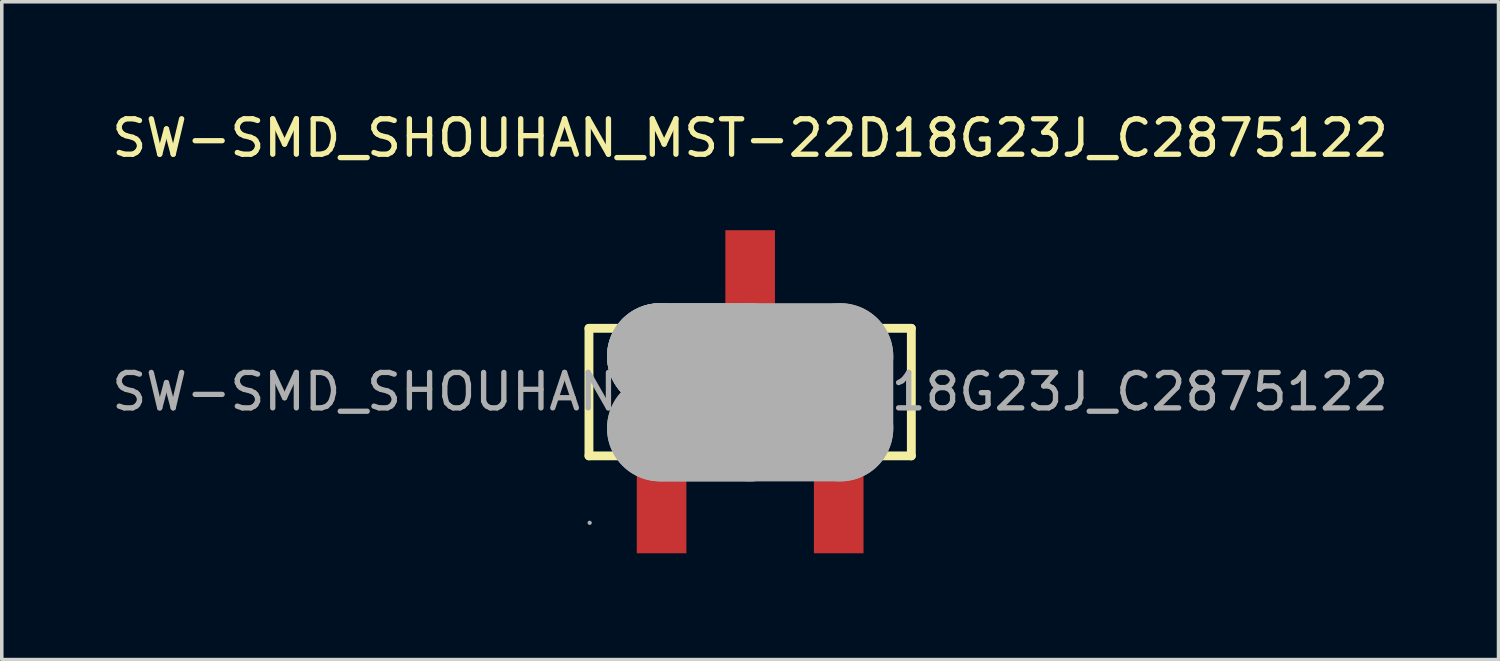
<source format=kicad_pcb>
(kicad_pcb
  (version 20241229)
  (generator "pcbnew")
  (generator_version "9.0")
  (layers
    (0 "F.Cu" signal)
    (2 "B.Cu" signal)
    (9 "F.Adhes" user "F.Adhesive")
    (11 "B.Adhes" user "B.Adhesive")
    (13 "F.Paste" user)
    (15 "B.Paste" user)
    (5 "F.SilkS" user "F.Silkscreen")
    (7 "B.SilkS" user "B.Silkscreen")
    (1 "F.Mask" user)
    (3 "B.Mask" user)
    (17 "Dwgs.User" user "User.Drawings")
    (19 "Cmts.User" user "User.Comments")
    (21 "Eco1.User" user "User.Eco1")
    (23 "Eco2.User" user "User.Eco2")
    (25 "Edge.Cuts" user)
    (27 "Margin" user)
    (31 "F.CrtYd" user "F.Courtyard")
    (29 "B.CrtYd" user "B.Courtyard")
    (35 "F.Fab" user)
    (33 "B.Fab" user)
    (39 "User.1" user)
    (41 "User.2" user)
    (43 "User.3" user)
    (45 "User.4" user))
  (footprint "SW-SMD_SHOUHAN_MST-22D18G23J_C2875122"
    (layer "F.Cu")
    (at 18.125 8.008)
    (property "Reference" "SW-SMD_SHOUHAN_MST-22D18G23J_C2875122" (at 0 -7.16 0) (layer "F.SilkS") (effects (font (size 1 1) (thickness 0.15))))
    (attr smd)
    (fp_line (start -4.55 -1.79) (end -4.55 1.81) (stroke (width 0.25) (type solid)) (layer "F.SilkS"))
    (fp_line (start -4.55 -1.79) (end 4.55 -1.79) (stroke (width 0.25) (type solid)) (layer "F.SilkS"))
    (fp_line (start -4.55 1.81) (end 4.55 1.81) (stroke (width 0.25) (type solid)) (layer "F.SilkS"))
    (fp_line (start 4.55 -1.79) (end 4.55 1.81) (stroke (width 0.25) (type solid)) (layer "F.SilkS"))
    (fp_line (start -2.54 -1) (end -2.54 -1) (stroke (width 3) (type solid)) (layer "F.Fab"))
    (fp_line (start -2.54 -1) (end -2.54 -1) (stroke (width 3) (type solid)) (layer "F.Fab"))
    (fp_line (start -2.54 -1) (end 0 -1) (stroke (width 3) (type solid)) (layer "F.Fab"))
    (fp_line (start -2.54 -1) (end 2.54 -1) (stroke (width 3) (type solid)) (layer "F.Fab"))
    (fp_line (start 0 -1) (end 0 1.03) (stroke (width 3) (type solid)) (layer "F.Fab"))
    (fp_line (start 0 1.03) (end -2.54 1.03) (stroke (width 3) (type solid)) (layer "F.Fab"))
    (fp_line (start 2.54 -1) (end 2.54 1.03) (stroke (width 3) (type solid)) (layer "F.Fab"))
    (fp_line (start 2.54 1.03) (end -2.54 1.03) (stroke (width 3) (type solid)) (layer "F.Fab"))
    (fp_circle (center -4.53 3.7) (end -4.5 3.7) (stroke (width 0.06) (type solid)) (fill no) (layer "F.Fab"))
    (fp_text user "${REFERENCE}" (at 0 0 0) (layer "F.Fab") (effects (font (size 1 1) (thickness 0.15))))
    (pad "1" smd rect (at -2.5 3.16) (size 1.4 2.8) (layers "F.Cu" "F.Mask" "F.Paste"))
    (pad "2" smd rect (at 0 -3.16) (size 1.4 2.8) (layers "F.Cu" "F.Mask" "F.Paste"))
    (pad "3" smd rect (at 2.5 3.16) (size 1.4 2.8) (layers "F.Cu" "F.Mask" "F.Paste")))
  (gr_rect
    (start -3 -3)
    (end 39.25 15.568)
    (stroke (width 0.1) (type default))
    (fill no)
    (layer "Edge.Cuts")))
</source>
